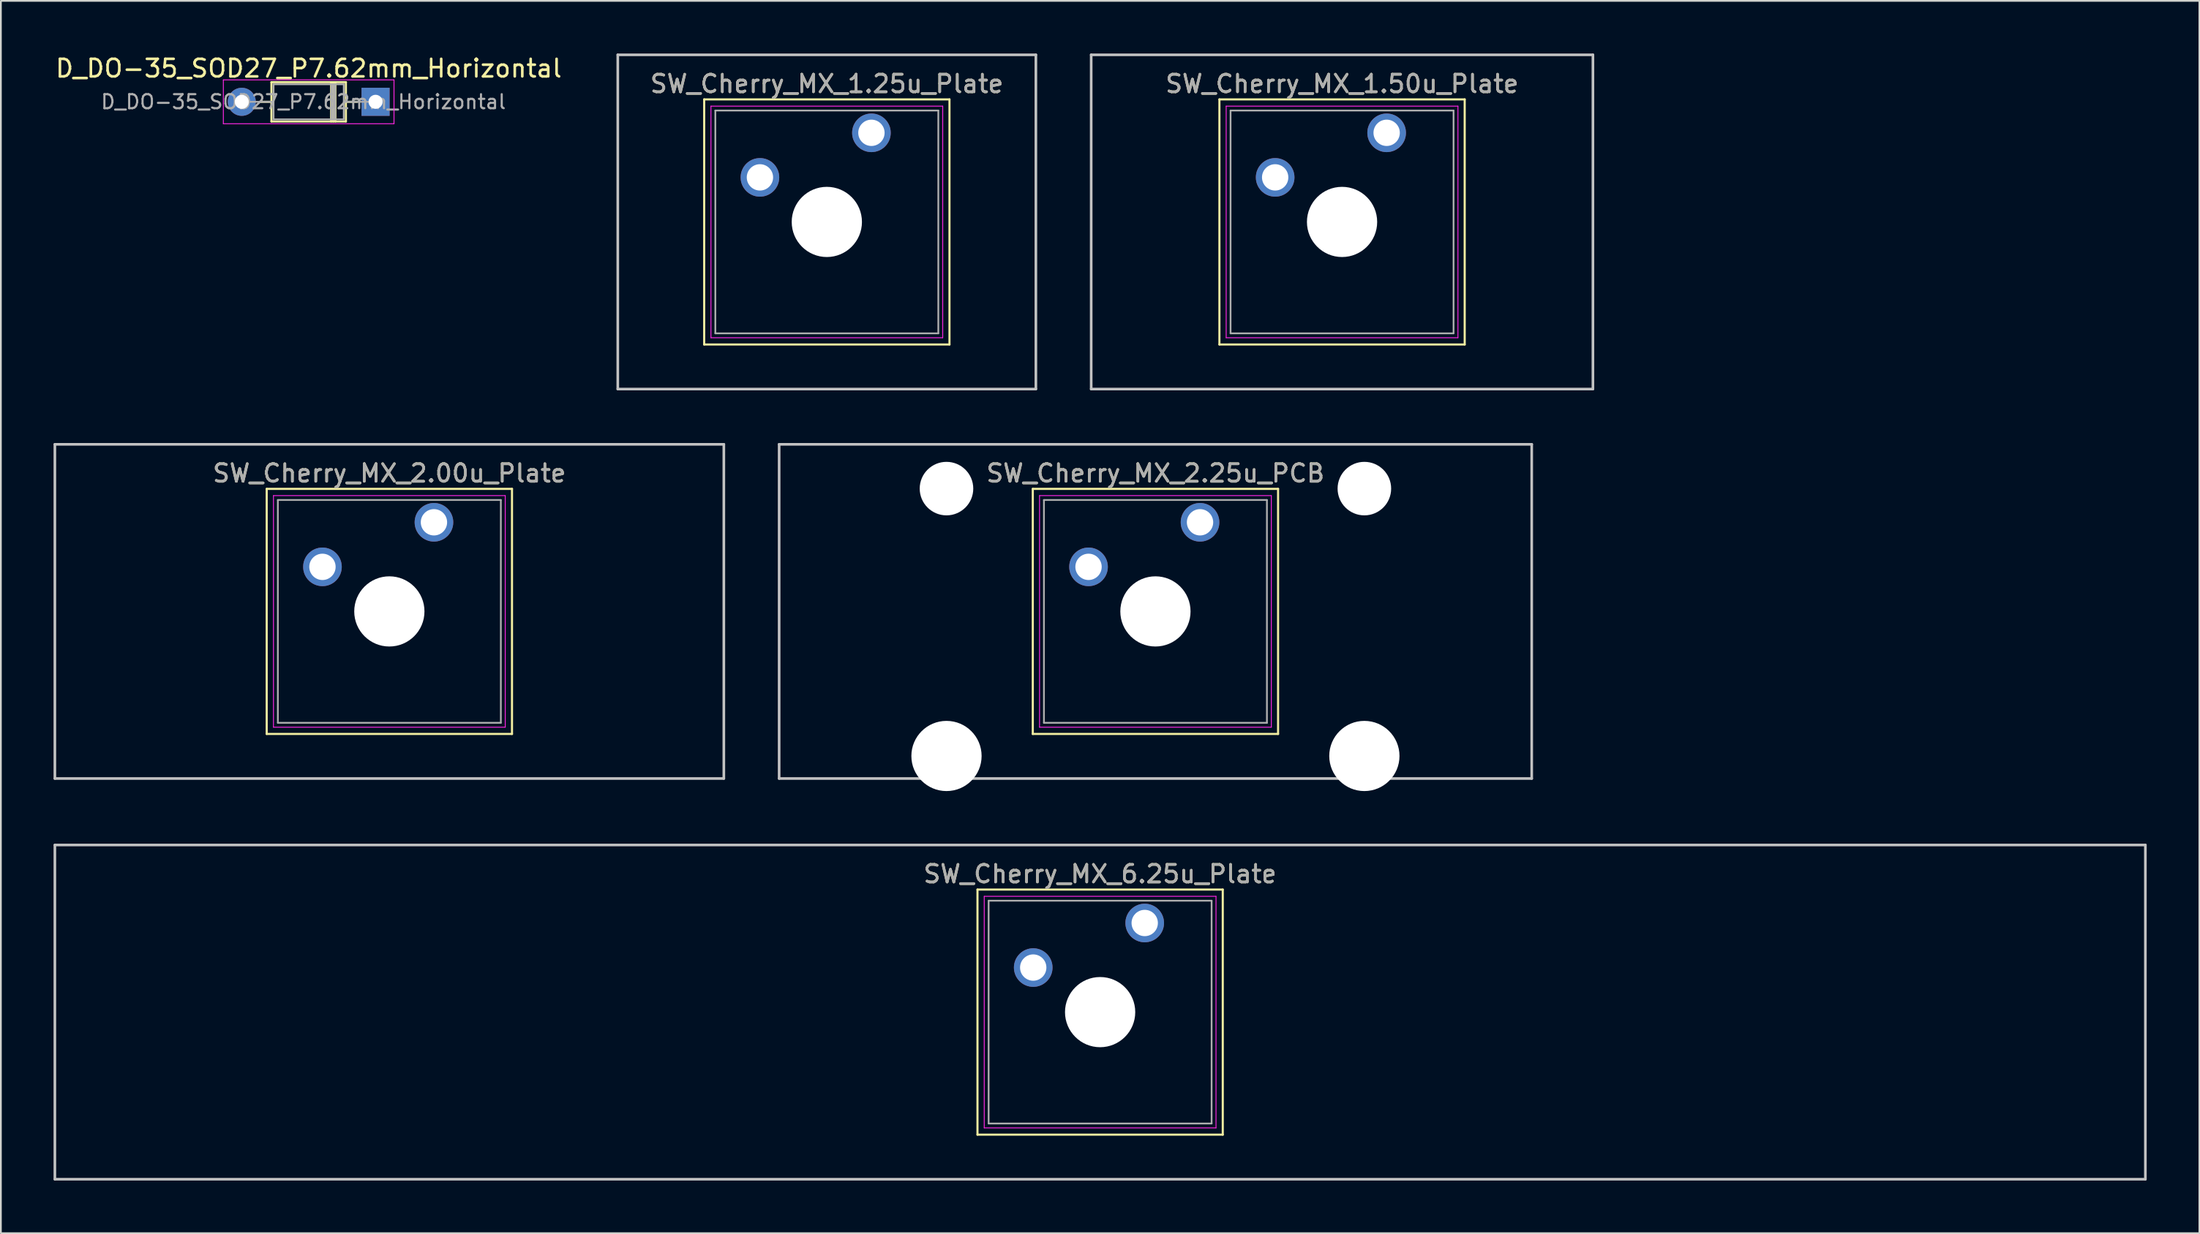
<source format=kicad_pcb>
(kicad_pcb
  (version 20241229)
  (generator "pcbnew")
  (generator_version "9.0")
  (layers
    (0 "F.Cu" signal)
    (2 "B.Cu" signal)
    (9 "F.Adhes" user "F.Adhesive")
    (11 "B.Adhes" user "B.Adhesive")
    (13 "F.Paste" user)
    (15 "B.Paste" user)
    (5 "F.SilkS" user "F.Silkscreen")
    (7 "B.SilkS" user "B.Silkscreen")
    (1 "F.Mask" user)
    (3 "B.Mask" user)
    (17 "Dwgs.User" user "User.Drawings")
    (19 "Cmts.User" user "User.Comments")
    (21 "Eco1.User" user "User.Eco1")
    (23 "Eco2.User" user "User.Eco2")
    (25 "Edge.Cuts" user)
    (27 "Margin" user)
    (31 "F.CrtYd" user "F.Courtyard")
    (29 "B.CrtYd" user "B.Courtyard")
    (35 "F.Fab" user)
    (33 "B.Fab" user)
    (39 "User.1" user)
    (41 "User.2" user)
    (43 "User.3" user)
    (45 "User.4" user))
  (footprint "SW_Cherry_MX_2.00u_Plate"
    (layer "F.Cu")
    (at 21.665 26.72)
    (property "Reference" "SW_Cherry_MX_2.00u_Plate" (at -2.54 -2.794 0) (layer "F.SilkS") (effects (font (size 1 1) (thickness 0.15))))
    (attr through_hole)
    (fp_line (start -9.525 -1.905) (end 4.445 -1.905) (stroke (width 0.12) (type solid)) (layer "F.SilkS"))
    (fp_line (start -9.525 12.065) (end -9.525 -1.905) (stroke (width 0.12) (type solid)) (layer "F.SilkS"))
    (fp_line (start 4.445 -1.905) (end 4.445 12.065) (stroke (width 0.12) (type solid)) (layer "F.SilkS"))
    (fp_line (start 4.445 12.065) (end -9.525 12.065) (stroke (width 0.12) (type solid)) (layer "F.SilkS"))
    (fp_line (start -21.59 -4.445) (end 16.51 -4.445) (stroke (width 0.15) (type solid)) (layer "Dwgs.User"))
    (fp_line (start -21.59 14.605) (end -21.59 -4.445) (stroke (width 0.15) (type solid)) (layer "Dwgs.User"))
    (fp_line (start 16.51 -4.445) (end 16.51 14.605) (stroke (width 0.15) (type solid)) (layer "Dwgs.User"))
    (fp_line (start 16.51 14.605) (end -21.59 14.605) (stroke (width 0.15) (type solid)) (layer "Dwgs.User"))
    (fp_line (start -9.14 -1.52) (end 4.06 -1.52) (stroke (width 0.05) (type solid)) (layer "F.CrtYd"))
    (fp_line (start -9.14 11.68) (end -9.14 -1.52) (stroke (width 0.05) (type solid)) (layer "F.CrtYd"))
    (fp_line (start 4.06 -1.52) (end 4.06 11.68) (stroke (width 0.05) (type solid)) (layer "F.CrtYd"))
    (fp_line (start 4.06 11.68) (end -9.14 11.68) (stroke (width 0.05) (type solid)) (layer "F.CrtYd"))
    (fp_line (start -8.89 -1.27) (end 3.81 -1.27) (stroke (width 0.1) (type solid)) (layer "F.Fab"))
    (fp_line (start -8.89 11.43) (end -8.89 -1.27) (stroke (width 0.1) (type solid)) (layer "F.Fab"))
    (fp_line (start 3.81 -1.27) (end 3.81 11.43) (stroke (width 0.1) (type solid)) (layer "F.Fab"))
    (fp_line (start 3.81 11.43) (end -8.89 11.43) (stroke (width 0.1) (type solid)) (layer "F.Fab"))
    (fp_text user "${REFERENCE}" (at -2.54 -2.794 0) (layer "F.Fab") (effects (font (size 1 1) (thickness 0.15))))
    (pad "" np_thru_hole circle (at -2.54 5.08) (size 4 4) (drill 4) (layers "*.Cu" "*.Mask"))
    (pad "1" thru_hole circle (at 0 0) (size 2.2 2.2) (drill 1.5) (layers "*.Cu" "*.Mask"))
    (pad "2" thru_hole circle (at -6.35 2.54) (size 2.2 2.2) (drill 1.5) (layers "*.Cu" "*.Mask")))
  (footprint "SW_Cherry_MX_6.25u_Plate"
    (layer "F.Cu")
    (at 62.146 49.56)
    (property "Reference" "SW_Cherry_MX_6.25u_Plate" (at -2.54 -2.794 0) (layer "F.SilkS") (effects (font (size 1 1) (thickness 0.15))))
    (attr through_hole)
    (fp_line (start -9.525 -1.905) (end 4.445 -1.905) (stroke (width 0.12) (type solid)) (layer "F.SilkS"))
    (fp_line (start -9.525 12.065) (end -9.525 -1.905) (stroke (width 0.12) (type solid)) (layer "F.SilkS"))
    (fp_line (start 4.445 -1.905) (end 4.445 12.065) (stroke (width 0.12) (type solid)) (layer "F.SilkS"))
    (fp_line (start 4.445 12.065) (end -9.525 12.065) (stroke (width 0.12) (type solid)) (layer "F.SilkS"))
    (fp_line (start -62.071 -4.445) (end 56.991 -4.445) (stroke (width 0.15) (type solid)) (layer "Dwgs.User"))
    (fp_line (start -62.071 14.605) (end -62.071 -4.445) (stroke (width 0.15) (type solid)) (layer "Dwgs.User"))
    (fp_line (start 56.991 -4.445) (end 56.991 14.605) (stroke (width 0.15) (type solid)) (layer "Dwgs.User"))
    (fp_line (start 56.991 14.605) (end -62.071 14.605) (stroke (width 0.15) (type solid)) (layer "Dwgs.User"))
    (fp_line (start -9.14 -1.52) (end 4.06 -1.52) (stroke (width 0.05) (type solid)) (layer "F.CrtYd"))
    (fp_line (start -9.14 11.68) (end -9.14 -1.52) (stroke (width 0.05) (type solid)) (layer "F.CrtYd"))
    (fp_line (start 4.06 -1.52) (end 4.06 11.68) (stroke (width 0.05) (type solid)) (layer "F.CrtYd"))
    (fp_line (start 4.06 11.68) (end -9.14 11.68) (stroke (width 0.05) (type solid)) (layer "F.CrtYd"))
    (fp_line (start -8.89 -1.27) (end 3.81 -1.27) (stroke (width 0.1) (type solid)) (layer "F.Fab"))
    (fp_line (start -8.89 11.43) (end -8.89 -1.27) (stroke (width 0.1) (type solid)) (layer "F.Fab"))
    (fp_line (start 3.81 -1.27) (end 3.81 11.43) (stroke (width 0.1) (type solid)) (layer "F.Fab"))
    (fp_line (start 3.81 11.43) (end -8.89 11.43) (stroke (width 0.1) (type solid)) (layer "F.Fab"))
    (fp_text user "${REFERENCE}" (at -2.54 -2.794 0) (layer "F.Fab") (effects (font (size 1 1) (thickness 0.15))))
    (pad "" np_thru_hole circle (at -2.54 5.08) (size 4 4) (drill 4) (layers "*.Cu" "*.Mask"))
    (pad "1" thru_hole circle (at 0 0) (size 2.2 2.2) (drill 1.5) (layers "*.Cu" "*.Mask"))
    (pad "2" thru_hole circle (at -6.35 2.54) (size 2.2 2.2) (drill 1.5) (layers "*.Cu" "*.Mask")))
  (footprint "D_DO-35_SOD27_P7.62mm_Horizontal"
    (layer "F.Cu")
    (at 14.53 2.753)
    (property "Reference" "D_DO-35_SOD27_P7.62mm_Horizontal" (at 0 -1.905 180) (layer "F.SilkS") (effects (font (size 1 1) (thickness 0.15))))
    (attr through_hole)
    (fp_line (start -2.77 0) (end -2.12 0) (stroke (width 0.12) (type solid)) (layer "F.SilkS"))
    (fp_line (start -2.12 -1.12) (end -2.12 1.12) (stroke (width 0.12) (type solid)) (layer "F.SilkS"))
    (fp_line (start -2.12 1.12) (end 2.12 1.12) (stroke (width 0.12) (type solid)) (layer "F.SilkS"))
    (fp_line (start 1.28 1.12) (end 1.28 -1.12) (stroke (width 0.12) (type solid)) (layer "F.SilkS"))
    (fp_line (start 1.4 1.12) (end 1.4 -1.12) (stroke (width 0.12) (type solid)) (layer "F.SilkS"))
    (fp_line (start 1.52 1.12) (end 1.52 -1.12) (stroke (width 0.12) (type solid)) (layer "F.SilkS"))
    (fp_line (start 2.12 -1.12) (end -2.12 -1.12) (stroke (width 0.12) (type solid)) (layer "F.SilkS"))
    (fp_line (start 2.12 1.12) (end 2.12 -1.12) (stroke (width 0.12) (type solid)) (layer "F.SilkS"))
    (fp_line (start 2.77 0) (end 2.12 0) (stroke (width 0.12) (type solid)) (layer "F.SilkS"))
    (fp_line (start -4.86 -1.25) (end -4.86 1.25) (stroke (width 0.05) (type solid)) (layer "F.CrtYd"))
    (fp_line (start -4.86 1.25) (end 4.86 1.25) (stroke (width 0.05) (type solid)) (layer "F.CrtYd"))
    (fp_line (start 4.86 -1.25) (end -4.86 -1.25) (stroke (width 0.05) (type solid)) (layer "F.CrtYd"))
    (fp_line (start 4.86 1.25) (end 4.86 -1.25) (stroke (width 0.05) (type solid)) (layer "F.CrtYd"))
    (fp_line (start -3.81 0) (end -2 0) (stroke (width 0.1) (type solid)) (layer "F.Fab"))
    (fp_line (start -2 -1) (end -2 1) (stroke (width 0.1) (type solid)) (layer "F.Fab"))
    (fp_line (start -2 1) (end 2 1) (stroke (width 0.1) (type solid)) (layer "F.Fab"))
    (fp_line (start 1.3 1) (end 1.3 -1) (stroke (width 0.1) (type solid)) (layer "F.Fab"))
    (fp_line (start 1.4 1) (end 1.4 -1) (stroke (width 0.1) (type solid)) (layer "F.Fab"))
    (fp_line (start 1.5 1) (end 1.5 -1) (stroke (width 0.1) (type solid)) (layer "F.Fab"))
    (fp_line (start 2 -1) (end -2 -1) (stroke (width 0.1) (type solid)) (layer "F.Fab"))
    (fp_line (start 2 1) (end 2 -1) (stroke (width 0.1) (type solid)) (layer "F.Fab"))
    (fp_line (start 3.81 0) (end 2 0) (stroke (width 0.1) (type solid)) (layer "F.Fab"))
    (fp_text user "${REFERENCE}" (at -0.3 0 180) (layer "F.Fab") (effects (font (size 0.8 0.8) (thickness 0.12))))
    (pad "1" thru_hole rect (at 3.81 0 180) (size 1.6 1.6) (drill 0.8) (layers "*.Cu" "*.Mask"))
    (pad "2" thru_hole oval (at -3.81 0 180) (size 1.6 1.6) (drill 0.8) (layers "*.Cu" "*.Mask")))
  (footprint "SW_Cherry_MX_1.25u_Plate"
    (layer "F.Cu")
    (at 46.581 4.52)
    (property "Reference" "SW_Cherry_MX_1.25u_Plate" (at -2.54 -2.794 0) (layer "F.SilkS") (effects (font (size 1 1) (thickness 0.15))))
    (attr through_hole)
    (fp_line (start -9.525 -1.905) (end 4.445 -1.905) (stroke (width 0.12) (type solid)) (layer "F.SilkS"))
    (fp_line (start -9.525 12.065) (end -9.525 -1.905) (stroke (width 0.12) (type solid)) (layer "F.SilkS"))
    (fp_line (start 4.445 -1.905) (end 4.445 12.065) (stroke (width 0.12) (type solid)) (layer "F.SilkS"))
    (fp_line (start 4.445 12.065) (end -9.525 12.065) (stroke (width 0.12) (type solid)) (layer "F.SilkS"))
    (fp_line (start -14.446 -4.445) (end 9.366 -4.445) (stroke (width 0.15) (type solid)) (layer "Dwgs.User"))
    (fp_line (start -14.446 14.605) (end -14.446 -4.445) (stroke (width 0.15) (type solid)) (layer "Dwgs.User"))
    (fp_line (start 9.366 -4.445) (end 9.366 14.605) (stroke (width 0.15) (type solid)) (layer "Dwgs.User"))
    (fp_line (start 9.366 14.605) (end -14.446 14.605) (stroke (width 0.15) (type solid)) (layer "Dwgs.User"))
    (fp_line (start -9.14 -1.52) (end 4.06 -1.52) (stroke (width 0.05) (type solid)) (layer "F.CrtYd"))
    (fp_line (start -9.14 11.68) (end -9.14 -1.52) (stroke (width 0.05) (type solid)) (layer "F.CrtYd"))
    (fp_line (start 4.06 -1.52) (end 4.06 11.68) (stroke (width 0.05) (type solid)) (layer "F.CrtYd"))
    (fp_line (start 4.06 11.68) (end -9.14 11.68) (stroke (width 0.05) (type solid)) (layer "F.CrtYd"))
    (fp_line (start -8.89 -1.27) (end 3.81 -1.27) (stroke (width 0.1) (type solid)) (layer "F.Fab"))
    (fp_line (start -8.89 11.43) (end -8.89 -1.27) (stroke (width 0.1) (type solid)) (layer "F.Fab"))
    (fp_line (start 3.81 -1.27) (end 3.81 11.43) (stroke (width 0.1) (type solid)) (layer "F.Fab"))
    (fp_line (start 3.81 11.43) (end -8.89 11.43) (stroke (width 0.1) (type solid)) (layer "F.Fab"))
    (fp_text user "${REFERENCE}" (at -2.54 -2.794 0) (layer "F.Fab") (effects (font (size 1 1) (thickness 0.15))))
    (pad "" np_thru_hole circle (at -2.54 5.08) (size 4 4) (drill 4) (layers "*.Cu" "*.Mask"))
    (pad "1" thru_hole circle (at 0 0) (size 2.2 2.2) (drill 1.5) (layers "*.Cu" "*.Mask"))
    (pad "2" thru_hole circle (at -6.35 2.54) (size 2.2 2.2) (drill 1.5) (layers "*.Cu" "*.Mask")))
  (footprint "SW_Cherry_MX_2.25u_PCB"
    (layer "F.Cu")
    (at 65.296 26.72)
    (property "Reference" "SW_Cherry_MX_2.25u_PCB" (at -2.54 -2.794 0) (layer "F.SilkS") (effects (font (size 1 1) (thickness 0.15))))
    (attr through_hole)
    (fp_line (start -9.525 -1.905) (end 4.445 -1.905) (stroke (width 0.12) (type solid)) (layer "F.SilkS"))
    (fp_line (start -9.525 12.065) (end -9.525 -1.905) (stroke (width 0.12) (type solid)) (layer "F.SilkS"))
    (fp_line (start 4.445 -1.905) (end 4.445 12.065) (stroke (width 0.12) (type solid)) (layer "F.SilkS"))
    (fp_line (start 4.445 12.065) (end -9.525 12.065) (stroke (width 0.12) (type solid)) (layer "F.SilkS"))
    (fp_line (start -23.971 -4.445) (end 18.891 -4.445) (stroke (width 0.15) (type solid)) (layer "Dwgs.User"))
    (fp_line (start -23.971 14.605) (end -23.971 -4.445) (stroke (width 0.15) (type solid)) (layer "Dwgs.User"))
    (fp_line (start 18.891 -4.445) (end 18.891 14.605) (stroke (width 0.15) (type solid)) (layer "Dwgs.User"))
    (fp_line (start 18.891 14.605) (end -23.971 14.605) (stroke (width 0.15) (type solid)) (layer "Dwgs.User"))
    (fp_line (start -9.14 -1.52) (end 4.06 -1.52) (stroke (width 0.05) (type solid)) (layer "F.CrtYd"))
    (fp_line (start -9.14 11.68) (end -9.14 -1.52) (stroke (width 0.05) (type solid)) (layer "F.CrtYd"))
    (fp_line (start 4.06 -1.52) (end 4.06 11.68) (stroke (width 0.05) (type solid)) (layer "F.CrtYd"))
    (fp_line (start 4.06 11.68) (end -9.14 11.68) (stroke (width 0.05) (type solid)) (layer "F.CrtYd"))
    (fp_line (start -8.89 -1.27) (end 3.81 -1.27) (stroke (width 0.1) (type solid)) (layer "F.Fab"))
    (fp_line (start -8.89 11.43) (end -8.89 -1.27) (stroke (width 0.1) (type solid)) (layer "F.Fab"))
    (fp_line (start 3.81 -1.27) (end 3.81 11.43) (stroke (width 0.1) (type solid)) (layer "F.Fab"))
    (fp_line (start 3.81 11.43) (end -8.89 11.43) (stroke (width 0.1) (type solid)) (layer "F.Fab"))
    (fp_text user "${REFERENCE}" (at -2.54 -2.794 0) (layer "F.Fab") (effects (font (size 1 1) (thickness 0.15))))
    (pad "" np_thru_hole circle (at -14.44 -1.92) (size 3.05 3.05) (drill 3.05) (layers "*.Cu" "*.Mask"))
    (pad "" np_thru_hole circle (at -14.44 13.32) (size 4 4) (drill 4) (layers "*.Cu" "*.Mask"))
    (pad "" np_thru_hole circle (at -2.54 5.08) (size 4 4) (drill 4) (layers "*.Cu" "*.Mask"))
    (pad "" np_thru_hole circle (at 9.36 -1.92) (size 3.05 3.05) (drill 3.05) (layers "*.Cu" "*.Mask"))
    (pad "" np_thru_hole circle (at 9.36 13.32) (size 4 4) (drill 4) (layers "*.Cu" "*.Mask"))
    (pad "1" thru_hole circle (at 0 0) (size 2.2 2.2) (drill 1.5) (layers "*.Cu" "*.Mask"))
    (pad "2" thru_hole circle (at -6.35 2.54) (size 2.2 2.2) (drill 1.5) (layers "*.Cu" "*.Mask")))
  (footprint "SW_Cherry_MX_1.50u_Plate"
    (layer "F.Cu")
    (at 75.925 4.52)
    (property "Reference" "SW_Cherry_MX_1.50u_Plate" (at -2.54 -2.794 0) (layer "F.SilkS") (effects (font (size 1 1) (thickness 0.15))))
    (attr through_hole)
    (fp_line (start -9.525 -1.905) (end 4.445 -1.905) (stroke (width 0.12) (type solid)) (layer "F.SilkS"))
    (fp_line (start -9.525 12.065) (end -9.525 -1.905) (stroke (width 0.12) (type solid)) (layer "F.SilkS"))
    (fp_line (start 4.445 -1.905) (end 4.445 12.065) (stroke (width 0.12) (type solid)) (layer "F.SilkS"))
    (fp_line (start 4.445 12.065) (end -9.525 12.065) (stroke (width 0.12) (type solid)) (layer "F.SilkS"))
    (fp_line (start -16.828 -4.445) (end 11.748 -4.445) (stroke (width 0.15) (type solid)) (layer "Dwgs.User"))
    (fp_line (start -16.828 14.605) (end -16.828 -4.445) (stroke (width 0.15) (type solid)) (layer "Dwgs.User"))
    (fp_line (start 11.748 -4.445) (end 11.748 14.605) (stroke (width 0.15) (type solid)) (layer "Dwgs.User"))
    (fp_line (start 11.748 14.605) (end -16.828 14.605) (stroke (width 0.15) (type solid)) (layer "Dwgs.User"))
    (fp_line (start -9.14 -1.52) (end 4.06 -1.52) (stroke (width 0.05) (type solid)) (layer "F.CrtYd"))
    (fp_line (start -9.14 11.68) (end -9.14 -1.52) (stroke (width 0.05) (type solid)) (layer "F.CrtYd"))
    (fp_line (start 4.06 -1.52) (end 4.06 11.68) (stroke (width 0.05) (type solid)) (layer "F.CrtYd"))
    (fp_line (start 4.06 11.68) (end -9.14 11.68) (stroke (width 0.05) (type solid)) (layer "F.CrtYd"))
    (fp_line (start -8.89 -1.27) (end 3.81 -1.27) (stroke (width 0.1) (type solid)) (layer "F.Fab"))
    (fp_line (start -8.89 11.43) (end -8.89 -1.27) (stroke (width 0.1) (type solid)) (layer "F.Fab"))
    (fp_line (start 3.81 -1.27) (end 3.81 11.43) (stroke (width 0.1) (type solid)) (layer "F.Fab"))
    (fp_line (start 3.81 11.43) (end -8.89 11.43) (stroke (width 0.1) (type solid)) (layer "F.Fab"))
    (fp_text user "${REFERENCE}" (at -2.54 -2.794 0) (layer "F.Fab") (effects (font (size 1 1) (thickness 0.15))))
    (pad "" np_thru_hole circle (at -2.54 5.08) (size 4 4) (drill 4) (layers "*.Cu" "*.Mask"))
    (pad "1" thru_hole circle (at 0 0) (size 2.2 2.2) (drill 1.5) (layers "*.Cu" "*.Mask"))
    (pad "2" thru_hole circle (at -6.35 2.54) (size 2.2 2.2) (drill 1.5) (layers "*.Cu" "*.Mask")))
  (gr_rect
    (start -3 -3)
    (end 122.213 67.24)
    (stroke (width 0.1) (type default))
    (fill no)
    (layer "Edge.Cuts")))
</source>
